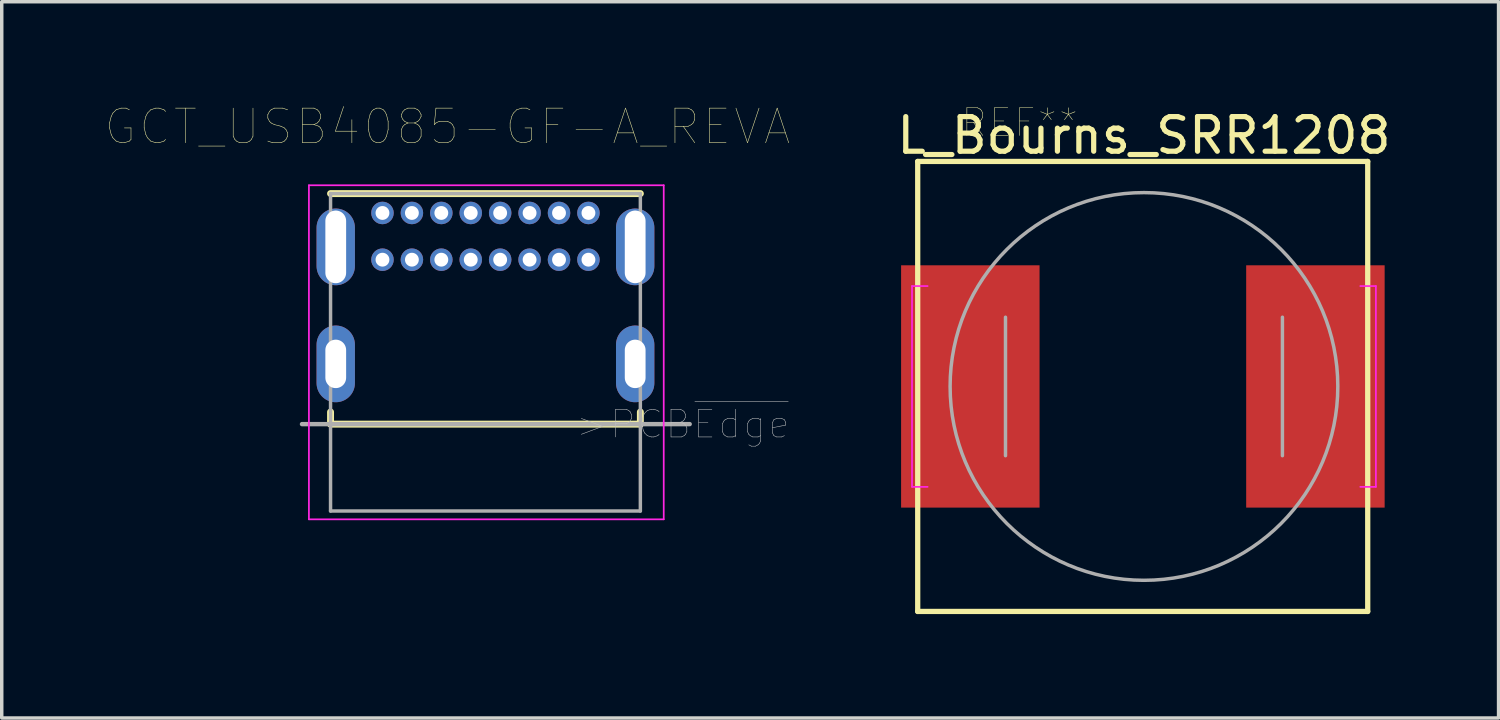
<source format=kicad_pcb>
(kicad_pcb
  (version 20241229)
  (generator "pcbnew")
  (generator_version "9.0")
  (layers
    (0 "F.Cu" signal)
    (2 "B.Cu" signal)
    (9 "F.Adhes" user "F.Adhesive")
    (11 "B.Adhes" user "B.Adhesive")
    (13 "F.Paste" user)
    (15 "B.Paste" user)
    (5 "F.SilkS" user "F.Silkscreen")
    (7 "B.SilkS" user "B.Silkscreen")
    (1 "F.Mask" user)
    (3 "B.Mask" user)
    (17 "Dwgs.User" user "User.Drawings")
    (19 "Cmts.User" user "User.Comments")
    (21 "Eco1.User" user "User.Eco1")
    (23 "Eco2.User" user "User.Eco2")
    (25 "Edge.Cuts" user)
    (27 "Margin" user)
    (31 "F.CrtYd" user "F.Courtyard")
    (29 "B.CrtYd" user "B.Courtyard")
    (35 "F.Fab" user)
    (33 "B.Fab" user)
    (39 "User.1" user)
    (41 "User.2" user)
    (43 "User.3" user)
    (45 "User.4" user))
  (footprint "L_Bourns_SRR1208"
    (layer "F.Cu")
    (at 29.997 8.114)
    (property "Reference" "L_Bourns_SRR1208" (at 0 -7.25 0) (layer "F.SilkS") (effects (font (size 1 1) (thickness 0.15))))
    (attr smd)
    (fp_line (start -6.536 -6.5) (end 6.464 -6.5) (stroke (width 0.152) (type solid)) (layer "F.SilkS"))
    (fp_line (start -6.536 6.5) (end -6.536 -6.5) (stroke (width 0.152) (type solid)) (layer "F.SilkS"))
    (fp_line (start 6.464 -6.5) (end 6.464 6.5) (stroke (width 0.152) (type solid)) (layer "F.SilkS"))
    (fp_line (start 6.464 6.5) (end -6.536 6.5) (stroke (width 0.152) (type solid)) (layer "F.SilkS"))
    (fp_line (start -6.7 -2.9) (end -6.7 2.9) (stroke (width 0.05) (type solid)) (layer "F.CrtYd"))
    (fp_line (start -6.7 -2.9) (end -6.25 -2.9) (stroke (width 0.05) (type solid)) (layer "F.CrtYd"))
    (fp_line (start -6.25 2.9) (end -6.7 2.9) (stroke (width 0.05) (type solid)) (layer "F.CrtYd"))
    (fp_line (start 6.7 -2.9) (end 6.25 -2.9) (stroke (width 0.05) (type solid)) (layer "F.CrtYd"))
    (fp_line (start 6.7 -2.9) (end 6.7 2.9) (stroke (width 0.05) (type solid)) (layer "F.CrtYd"))
    (fp_line (start 6.7 2.9) (end 6.25 2.9) (stroke (width 0.05) (type solid)) (layer "F.CrtYd"))
    (fp_line (start -4 2) (end -4 -2) (stroke (width 0.1) (type solid)) (layer "F.Fab"))
    (fp_line (start 4 -2) (end 4 2) (stroke (width 0.1) (type solid)) (layer "F.Fab"))
    (fp_circle (center 0 0) (end 0 -5.6) (stroke (width 0.1) (type solid)) (fill no) (layer "F.Fab"))
    (fp_text user "REF**" (at -3.592 -7.62 0) (layer "F.SilkS") (effects (font (size 0.8 0.8) (thickness 0.015))))
    (pad "1" smd rect (at -5.016 0) (size 4 7) (layers "F.Cu" "F.Mask" "F.Paste"))
    (pad "2" smd rect (at 4.953 0) (size 4 7) (layers "F.Cu" "F.Mask" "F.Paste")))
  (footprint "GCT_USB4085-GF-A_REVA"
    (layer "F.Cu")
    (at 10.974 7.127)
    (property "Reference" "GCT_USB4085-GF-A_REVA" (at -1.097 -6.515 0) (layer "F.SilkS") (effects (font (size 1 1) (thickness 0.015))))
    (attr through_hole)
    (fp_line (start -4.475 -4.585) (end 4.475 -4.585) (stroke (width 0.2) (type solid)) (layer "F.SilkS"))
    (fp_line (start -4.475 1.725) (end -4.475 2.075) (stroke (width 0.2) (type solid)) (layer "F.SilkS"))
    (fp_line (start -4.475 2.075) (end 4.475 2.075) (stroke (width 0.2) (type solid)) (layer "F.SilkS"))
    (fp_line (start 4.475 2.075) (end 4.475 1.725) (stroke (width 0.2) (type solid)) (layer "F.SilkS"))
    (fp_line (start -5.1 -4.825) (end 5.15 -4.825) (stroke (width 0.05) (type solid)) (layer "F.CrtYd"))
    (fp_line (start -5.1 4.825) (end -5.1 -4.825) (stroke (width 0.05) (type solid)) (layer "F.CrtYd"))
    (fp_line (start 5.15 -4.825) (end 5.15 4.825) (stroke (width 0.05) (type solid)) (layer "F.CrtYd"))
    (fp_line (start 5.15 4.825) (end -5.1 4.825) (stroke (width 0.05) (type solid)) (layer "F.CrtYd"))
    (fp_line (start -5.3 2.075) (end 5.9 2.075) (stroke (width 0.127) (type solid)) (layer "F.Fab"))
    (fp_line (start -4.475 -4.585) (end 4.475 -4.585) (stroke (width 0.1) (type solid)) (layer "F.Fab"))
    (fp_line (start -4.475 4.585) (end -4.475 -4.585) (stroke (width 0.1) (type solid)) (layer "F.Fab"))
    (fp_line (start 4.475 -4.585) (end 4.475 4.585) (stroke (width 0.1) (type solid)) (layer "F.Fab"))
    (fp_line (start 4.475 4.585) (end -4.475 4.585) (stroke (width 0.1) (type solid)) (layer "F.Fab"))
    (fp_text user ">PCB~{Edge}" (at 5.703 2.076 0) (layer "Dwgs.User") (effects (font (size 0.8 0.8) (thickness 0.015))))
    (pad "A1" thru_hole circle (at -2.975 -4.025) (size 0.65 0.65) (drill 0.4) (layers "*.Cu" "*.Mask"))
    (pad "A4" thru_hole circle (at -2.125 -4.025) (size 0.65 0.65) (drill 0.4) (layers "*.Cu" "*.Mask"))
    (pad "A5" thru_hole circle (at -1.275 -4.025) (size 0.65 0.65) (drill 0.4) (layers "*.Cu" "*.Mask"))
    (pad "A6" thru_hole circle (at -0.425 -4.025) (size 0.65 0.65) (drill 0.4) (layers "*.Cu" "*.Mask"))
    (pad "A7" thru_hole circle (at 0.425 -4.025) (size 0.65 0.65) (drill 0.4) (layers "*.Cu" "*.Mask"))
    (pad "A8" thru_hole circle (at 1.275 -4.025) (size 0.65 0.65) (drill 0.4) (layers "*.Cu" "*.Mask"))
    (pad "A9" thru_hole circle (at 2.125 -4.025) (size 0.65 0.65) (drill 0.4) (layers "*.Cu" "*.Mask"))
    (pad "A12" thru_hole circle (at 2.975 -4.025) (size 0.65 0.65) (drill 0.4) (layers "*.Cu" "*.Mask"))
    (pad "B1" thru_hole circle (at 2.975 -2.675) (size 0.65 0.65) (drill 0.4) (layers "*.Cu" "*.Mask"))
    (pad "B4" thru_hole circle (at 2.125 -2.675) (size 0.65 0.65) (drill 0.4) (layers "*.Cu" "*.Mask"))
    (pad "B5" thru_hole circle (at 1.275 -2.675) (size 0.65 0.65) (drill 0.4) (layers "*.Cu" "*.Mask"))
    (pad "B6" thru_hole circle (at 0.425 -2.675) (size 0.65 0.65) (drill 0.4) (layers "*.Cu" "*.Mask"))
    (pad "B7" thru_hole circle (at -0.425 -2.675) (size 0.65 0.65) (drill 0.4) (layers "*.Cu" "*.Mask"))
    (pad "B8" thru_hole circle (at -1.275 -2.675) (size 0.65 0.65) (drill 0.4) (layers "*.Cu" "*.Mask"))
    (pad "B9" thru_hole circle (at -2.125 -2.675) (size 0.65 0.65) (drill 0.4) (layers "*.Cu" "*.Mask"))
    (pad "B12" thru_hole circle (at -2.975 -2.675) (size 0.65 0.65) (drill 0.4) (layers "*.Cu" "*.Mask"))
    (pad "P1" thru_hole oval (at -4.325 -3.045) (size 1.108 2.216) (drill oval 0.6 2.1) (layers "*.Cu" "*.Mask"))
    (pad "P2" thru_hole oval (at 4.325 -3.045) (size 1.108 2.216) (drill oval 0.6 2.1) (layers "*.Cu" "*.Mask"))
    (pad "P3" thru_hole oval (at 4.325 0.335) (size 1.108 2.216) (drill oval 0.6 1.4) (layers "*.Cu" "*.Mask"))
    (pad "P4" thru_hole oval (at -4.325 0.335) (size 1.108 2.216) (drill oval 0.6 1.4) (layers "*.Cu" "*.Mask")))
  (gr_rect
    (start -3 -3)
    (end 40.241 17.691)
    (stroke (width 0.1) (type default))
    (fill no)
    (layer "Edge.Cuts")))
</source>
